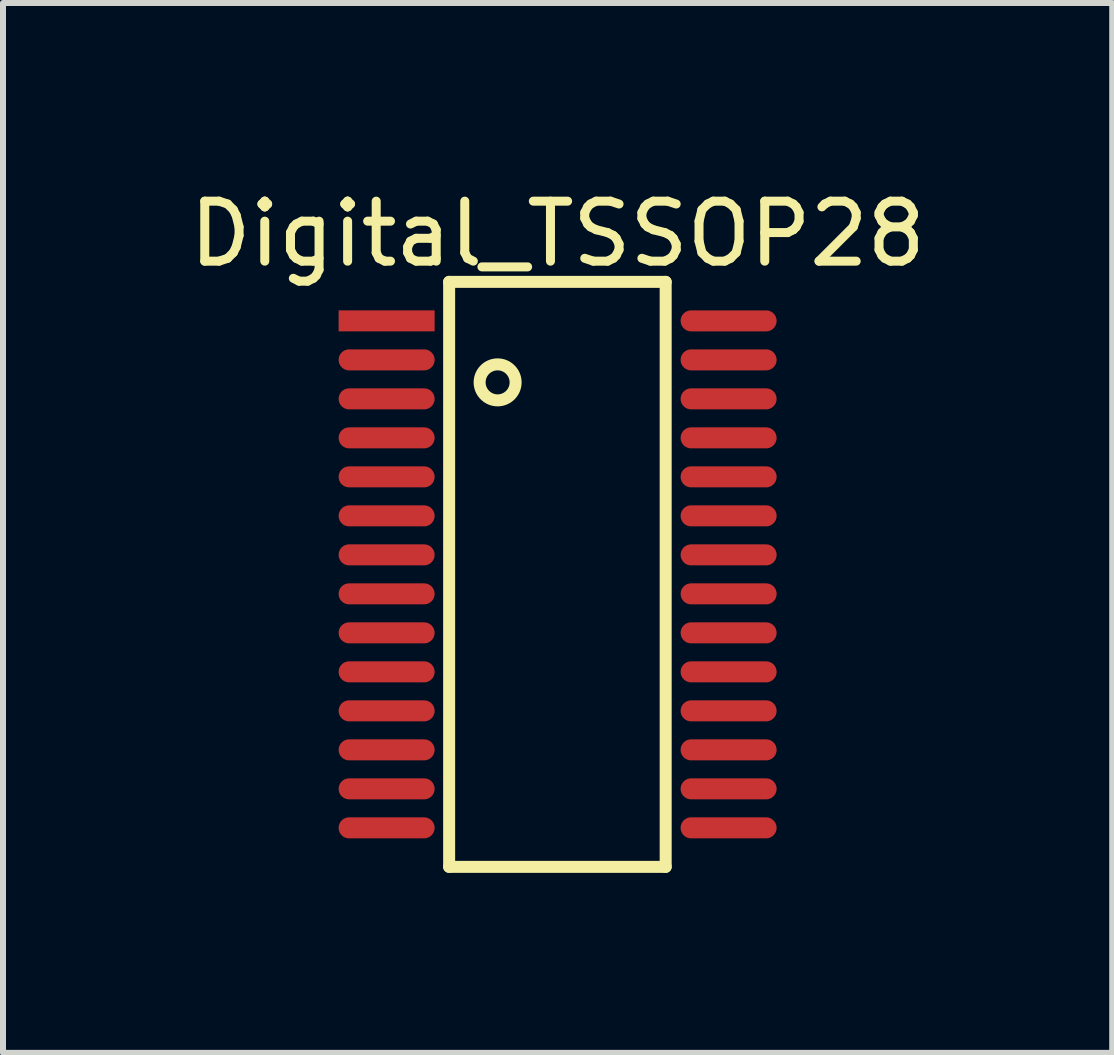
<source format=kicad_pcb>
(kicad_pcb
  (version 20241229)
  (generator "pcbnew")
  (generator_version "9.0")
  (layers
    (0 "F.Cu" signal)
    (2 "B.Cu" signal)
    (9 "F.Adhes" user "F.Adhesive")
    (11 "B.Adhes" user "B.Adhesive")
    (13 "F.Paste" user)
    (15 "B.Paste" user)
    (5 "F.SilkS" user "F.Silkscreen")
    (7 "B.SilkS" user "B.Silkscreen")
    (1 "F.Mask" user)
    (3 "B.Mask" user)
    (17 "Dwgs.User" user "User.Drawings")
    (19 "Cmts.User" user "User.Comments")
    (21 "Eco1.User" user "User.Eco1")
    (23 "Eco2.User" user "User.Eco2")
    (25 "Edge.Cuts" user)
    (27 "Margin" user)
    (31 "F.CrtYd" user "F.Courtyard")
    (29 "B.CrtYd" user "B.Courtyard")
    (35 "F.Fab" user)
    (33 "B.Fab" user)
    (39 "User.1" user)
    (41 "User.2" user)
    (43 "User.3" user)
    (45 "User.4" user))
  (footprint "Digital_TSSOP28"
    (layer "F.Cu")
    (at 6.244 6.523)
    (property "Reference" "Digital_TSSOP28" (at 0 -5.675 0) (layer "F.SilkS") (effects (font (size 1 1) (thickness 0.15))))
    (fp_line (start -1.808 -4.875) (end 1.801 -4.875) (stroke (width 0.2) (type solid)) (layer "F.SilkS"))
    (fp_line (start -1.808 4.875) (end -1.808 -4.875) (stroke (width 0.2) (type solid)) (layer "F.SilkS"))
    (fp_line (start -1.808 4.875) (end 1.801 4.875) (stroke (width 0.2) (type solid)) (layer "F.SilkS"))
    (fp_line (start 1.801 4.875) (end 1.801 -4.875) (stroke (width 0.2) (type solid)) (layer "F.SilkS"))
    (fp_circle (center -1 -3.2) (end -1 -3.5) (stroke (width 0.2) (type solid)) (fill no) (layer "F.SilkS"))
    (pad "1" smd rect (at -2.85 -4.225 90) (size 0.35 1.6) (layers "F.Cu" "F.Mask" "F.Paste"))
    (pad "2" smd oval (at -2.85 -3.575 90) (size 0.35 1.6) (layers "F.Cu" "F.Mask" "F.Paste"))
    (pad "3" smd oval (at -2.85 -2.925 90) (size 0.35 1.6) (layers "F.Cu" "F.Mask" "F.Paste"))
    (pad "4" smd oval (at -2.85 -2.275 90) (size 0.35 1.6) (layers "F.Cu" "F.Mask" "F.Paste"))
    (pad "5" smd oval (at -2.85 -1.625 90) (size 0.35 1.6) (layers "F.Cu" "F.Mask" "F.Paste"))
    (pad "6" smd oval (at -2.85 -0.975 90) (size 0.35 1.6) (layers "F.Cu" "F.Mask" "F.Paste"))
    (pad "7" smd oval (at -2.85 -0.325 90) (size 0.35 1.6) (layers "F.Cu" "F.Mask" "F.Paste"))
    (pad "8" smd oval (at -2.85 0.325 90) (size 0.35 1.6) (layers "F.Cu" "F.Mask" "F.Paste"))
    (pad "9" smd oval (at -2.85 0.975 90) (size 0.35 1.6) (layers "F.Cu" "F.Mask" "F.Paste"))
    (pad "10" smd oval (at -2.85 1.625 90) (size 0.35 1.6) (layers "F.Cu" "F.Mask" "F.Paste"))
    (pad "11" smd oval (at -2.85 2.275 90) (size 0.35 1.6) (layers "F.Cu" "F.Mask" "F.Paste"))
    (pad "12" smd oval (at -2.85 2.925 90) (size 0.35 1.6) (layers "F.Cu" "F.Mask" "F.Paste"))
    (pad "13" smd oval (at -2.85 3.575 90) (size 0.35 1.6) (layers "F.Cu" "F.Mask" "F.Paste"))
    (pad "14" smd oval (at -2.85 4.225 90) (size 0.35 1.6) (layers "F.Cu" "F.Mask" "F.Paste"))
    (pad "15" smd oval (at 2.85 4.225 90) (size 0.35 1.6) (layers "F.Cu" "F.Mask" "F.Paste"))
    (pad "16" smd oval (at 2.85 3.575 90) (size 0.35 1.6) (layers "F.Cu" "F.Mask" "F.Paste"))
    (pad "17" smd oval (at 2.85 2.925 90) (size 0.35 1.6) (layers "F.Cu" "F.Mask" "F.Paste"))
    (pad "18" smd oval (at 2.85 2.275 90) (size 0.35 1.6) (layers "F.Cu" "F.Mask" "F.Paste"))
    (pad "19" smd oval (at 2.85 1.625 90) (size 0.35 1.6) (layers "F.Cu" "F.Mask" "F.Paste"))
    (pad "20" smd oval (at 2.85 0.975 90) (size 0.35 1.6) (layers "F.Cu" "F.Mask" "F.Paste"))
    (pad "21" smd oval (at 2.85 0.325 90) (size 0.35 1.6) (layers "F.Cu" "F.Mask" "F.Paste"))
    (pad "22" smd oval (at 2.85 -0.325 90) (size 0.35 1.6) (layers "F.Cu" "F.Mask" "F.Paste"))
    (pad "23" smd oval (at 2.85 -0.975 90) (size 0.35 1.6) (layers "F.Cu" "F.Mask" "F.Paste"))
    (pad "24" smd oval (at 2.85 -1.625 90) (size 0.35 1.6) (layers "F.Cu" "F.Mask" "F.Paste"))
    (pad "25" smd oval (at 2.85 -2.275 90) (size 0.35 1.6) (layers "F.Cu" "F.Mask" "F.Paste"))
    (pad "26" smd oval (at 2.85 -2.925 90) (size 0.35 1.6) (layers "F.Cu" "F.Mask" "F.Paste"))
    (pad "27" smd oval (at 2.85 -3.575 90) (size 0.35 1.6) (layers "F.Cu" "F.Mask" "F.Paste"))
    (pad "28" smd oval (at 2.85 -4.225 90) (size 0.35 1.6) (layers "F.Cu" "F.Mask" "F.Paste")))
  (gr_rect
    (start -3 -3)
    (end 15.488 14.498)
    (stroke (width 0.1) (type default))
    (fill no)
    (layer "Edge.Cuts")))
</source>
